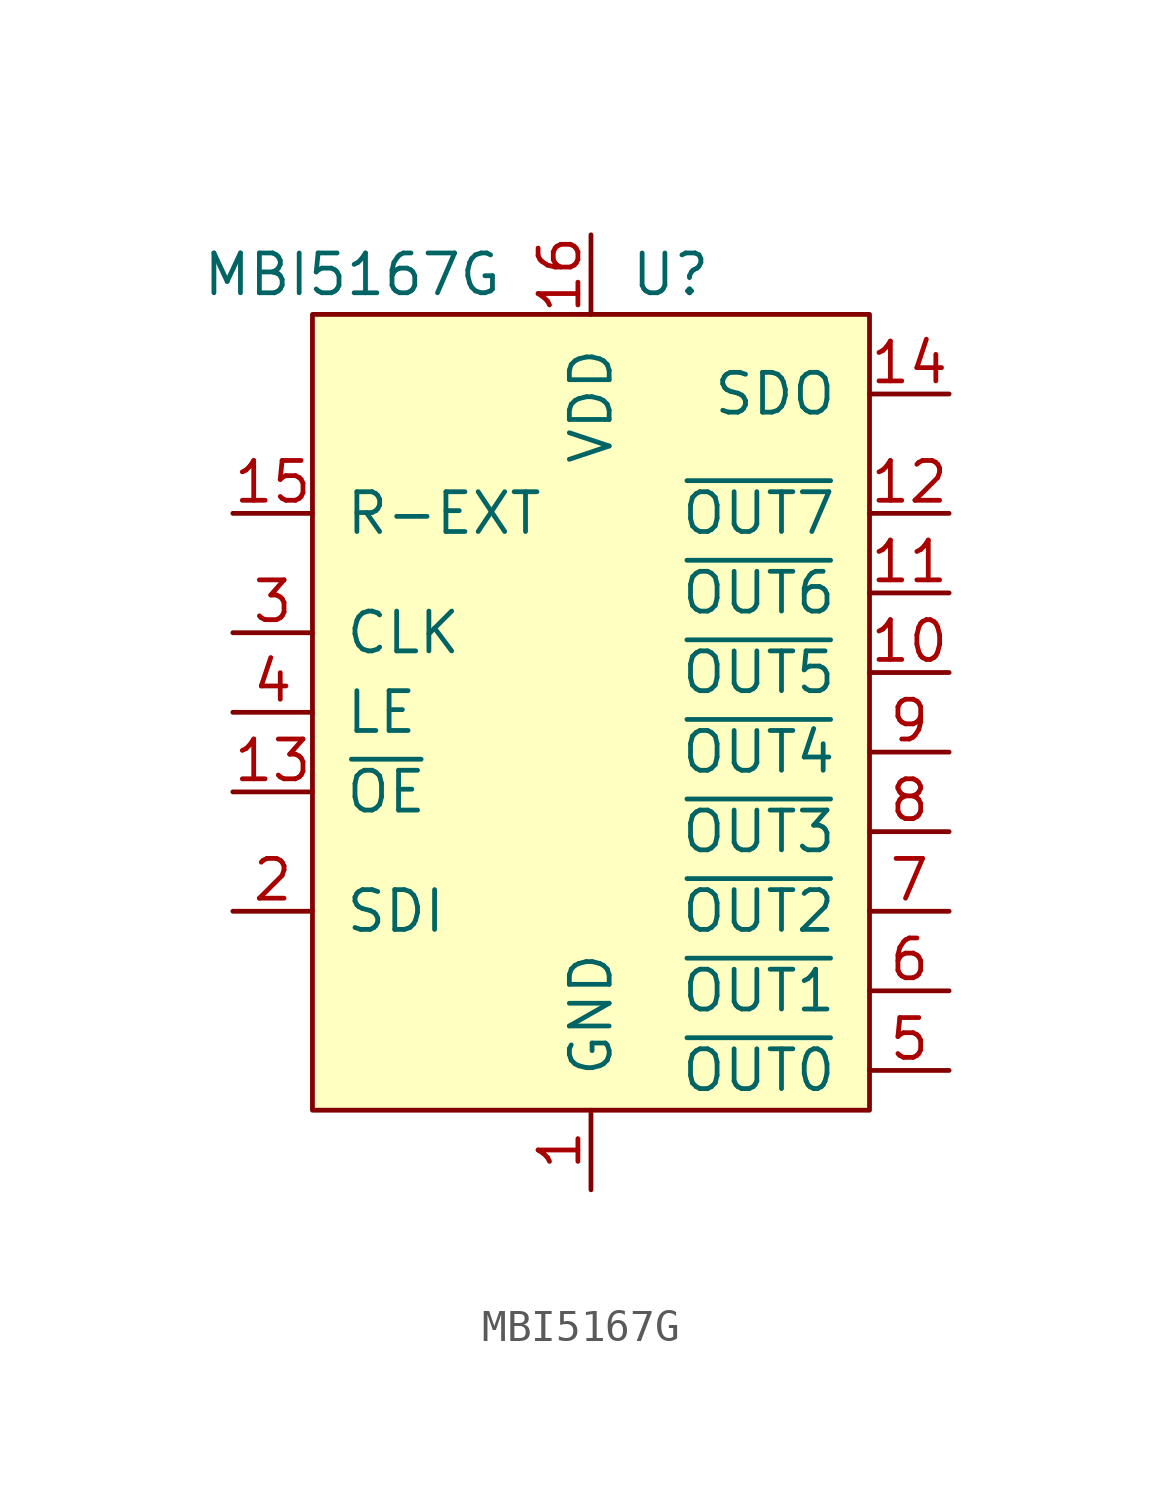
<source format=kicad_sym>
(kicad_symbol_lib
  (version 20220914)
  (generator kicad_symbol_editor)
  (symbol "MBI5167G"
    (pin_names
      (offset 1.016))
    (property "Reference" "U"
      (at 2.54 13.97 0)
      (effects (font (size 1.27 1.27))))
    (property "Value" "MBI5167G"
      (at -7.62 13.97 0)
      (effects (font (size 1.27 1.27))))
    (symbol "MBI5167G_0_1"
      (rectangle (start 8.89 12.7) (end -8.89 -12.7) (stroke (width 0) (type solid)) (fill (type background))))
    (symbol "MBI5167G_1_1"
      (pin power_in line (at 0 -15.24 90) (length 2.54) (name "GND" (effects (font (size 1.27 1.27)))) (number "1" (effects (font (size 1.27 1.27)))))
      (pin output line (at 11.43 1.27 180) (length 2.54) (name "~{OUT5}" (effects (font (size 1.27 1.27)))) (number "10" (effects (font (size 1.27 1.27)))))
      (pin output line (at 11.43 3.81 180) (length 2.54) (name "~{OUT6}" (effects (font (size 1.27 1.27)))) (number "11" (effects (font (size 1.27 1.27)))))
      (pin output line (at 11.43 6.35 180) (length 2.54) (name "~{OUT7}" (effects (font (size 1.27 1.27)))) (number "12" (effects (font (size 1.27 1.27)))))
      (pin input line (at -11.43 -2.54 0) (length 2.54) (name "~{OE}" (effects (font (size 1.27 1.27)))) (number "13" (effects (font (size 1.27 1.27)))))
      (pin output line (at 11.43 10.16 180) (length 2.54) (name "SDO" (effects (font (size 1.27 1.27)))) (number "14" (effects (font (size 1.27 1.27)))))
      (pin passive line (at -11.43 6.35 0) (length 2.54) (name "R-EXT" (effects (font (size 1.27 1.27)))) (number "15" (effects (font (size 1.27 1.27)))))
      (pin power_in line (at 0 15.24 270) (length 2.54) (name "VDD" (effects (font (size 1.27 1.27)))) (number "16" (effects (font (size 1.27 1.27)))))
      (pin input line (at -11.43 -6.35 0) (length 2.54) (name "SDI" (effects (font (size 1.27 1.27)))) (number "2" (effects (font (size 1.27 1.27)))))
      (pin input line (at -11.43 2.54 0) (length 2.54) (name "CLK" (effects (font (size 1.27 1.27)))) (number "3" (effects (font (size 1.27 1.27)))))
      (pin input line (at -11.43 0 0) (length 2.54) (name "LE" (effects (font (size 1.27 1.27)))) (number "4" (effects (font (size 1.27 1.27)))))
      (pin output line (at 11.43 -11.43 180) (length 2.54) (name "~{OUT0}" (effects (font (size 1.27 1.27)))) (number "5" (effects (font (size 1.27 1.27)))))
      (pin output line (at 11.43 -8.89 180) (length 2.54) (name "~{OUT1}" (effects (font (size 1.27 1.27)))) (number "6" (effects (font (size 1.27 1.27)))))
      (pin output line (at 11.43 -6.35 180) (length 2.54) (name "~{OUT2}" (effects (font (size 1.27 1.27)))) (number "7" (effects (font (size 1.27 1.27)))))
      (pin output line (at 11.43 -3.81 180) (length 2.54) (name "~{OUT3}" (effects (font (size 1.27 1.27)))) (number "8" (effects (font (size 1.27 1.27)))))
      (pin output line (at 11.43 -1.27 180) (length 2.54) (name "~{OUT4}" (effects (font (size 1.27 1.27)))) (number "9" (effects (font (size 1.27 1.27))))))))
</source>
